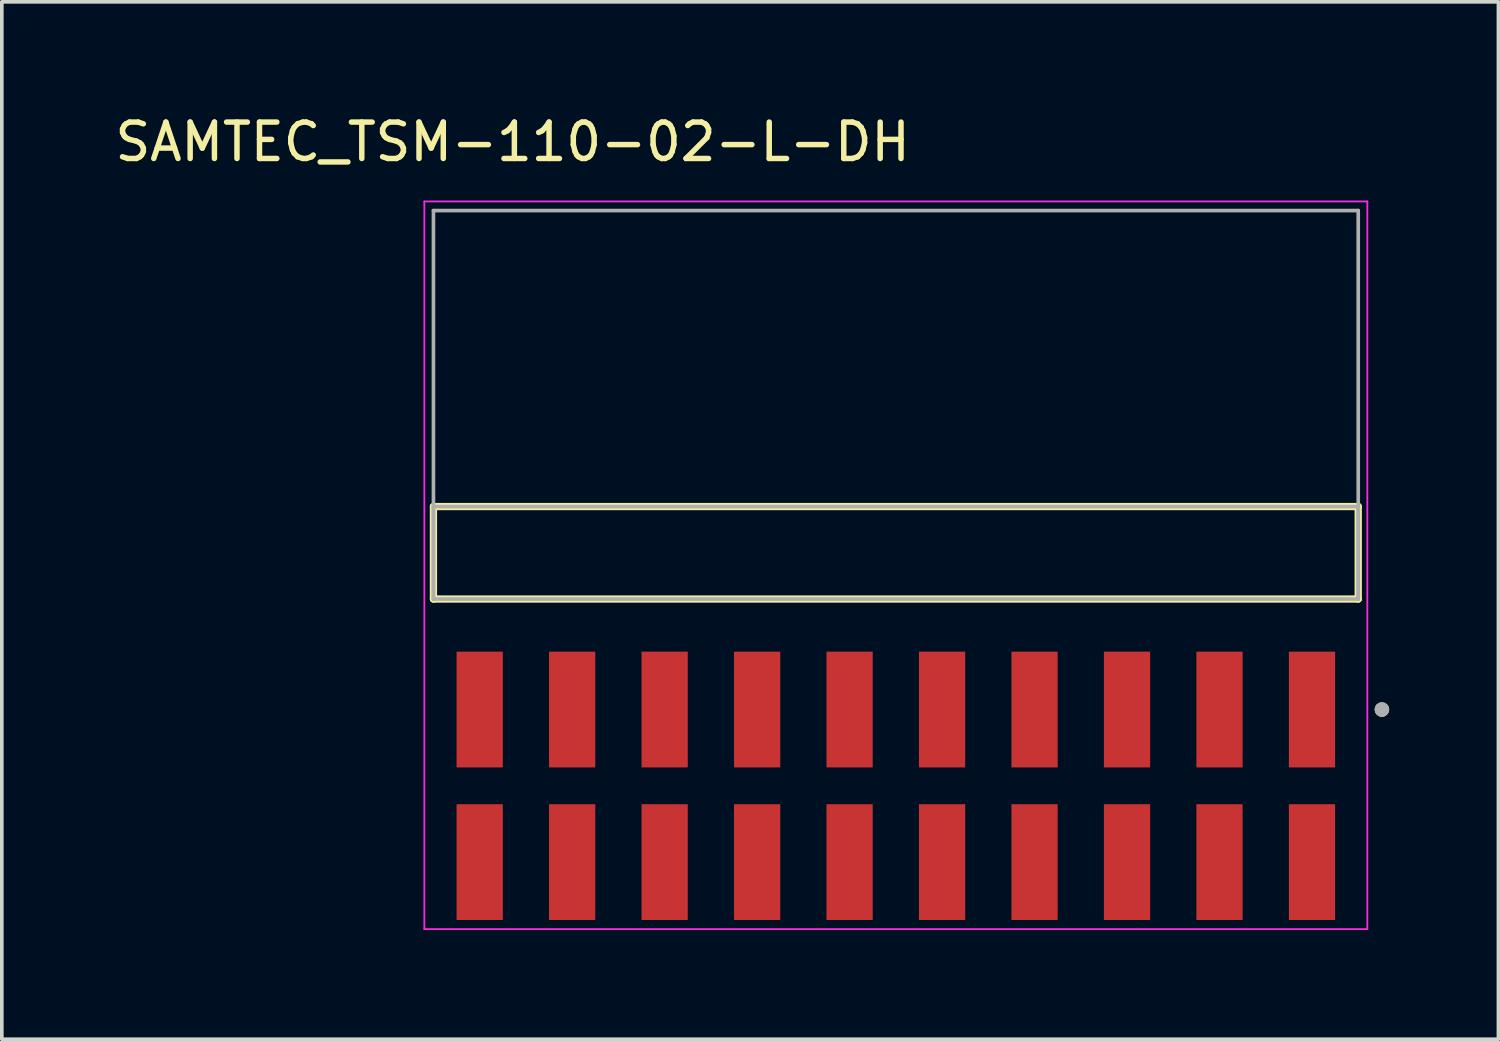
<source format=kicad_pcb>
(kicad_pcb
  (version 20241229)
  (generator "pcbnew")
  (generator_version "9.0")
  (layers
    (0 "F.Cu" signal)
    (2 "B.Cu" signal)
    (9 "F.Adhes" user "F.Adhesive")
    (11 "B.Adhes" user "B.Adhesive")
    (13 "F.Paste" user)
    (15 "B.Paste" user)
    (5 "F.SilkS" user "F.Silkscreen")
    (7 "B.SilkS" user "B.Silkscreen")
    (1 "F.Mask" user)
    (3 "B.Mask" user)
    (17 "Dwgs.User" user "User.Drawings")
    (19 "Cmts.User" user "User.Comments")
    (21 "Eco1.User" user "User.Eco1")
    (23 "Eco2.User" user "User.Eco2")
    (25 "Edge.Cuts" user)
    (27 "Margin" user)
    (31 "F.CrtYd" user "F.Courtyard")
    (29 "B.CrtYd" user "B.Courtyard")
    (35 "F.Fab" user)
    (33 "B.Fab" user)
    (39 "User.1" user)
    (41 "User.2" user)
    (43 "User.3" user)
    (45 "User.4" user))
  (footprint "SAMTEC_TSM-110-02-L-DH"
    (layer "F.Cu")
    (at 21.555 12.133)
    (property "Reference" "SAMTEC_TSM-110-02-L-DH" (at -10.525 -11.285 0) (layer "F.SilkS") (effects (font (size 1 1) (thickness 0.15))))
    (attr smd)
    (fp_line (start -12.7 1.27) (end -12.7 -1.27) (stroke (width 0.2) (type solid)) (layer "F.SilkS"))
    (fp_line (start 12.7 -1.27) (end -12.7 -1.27) (stroke (width 0.2) (type solid)) (layer "F.SilkS"))
    (fp_line (start 12.7 -1.27) (end 12.7 1.27) (stroke (width 0.2) (type solid)) (layer "F.SilkS"))
    (fp_line (start 12.7 1.27) (end -12.7 1.27) (stroke (width 0.2) (type solid)) (layer "F.SilkS"))
    (fp_circle (center 13.35 4.305) (end 13.45 4.305) (stroke (width 0.2) (type solid)) (fill no) (layer "F.SilkS"))
    (fp_line (start -12.95 -9.65) (end 12.95 -9.65) (stroke (width 0.05) (type solid)) (layer "F.CrtYd"))
    (fp_line (start -12.95 10.335) (end -12.95 -9.65) (stroke (width 0.05) (type solid)) (layer "F.CrtYd"))
    (fp_line (start 12.95 -9.65) (end 12.95 10.335) (stroke (width 0.05) (type solid)) (layer "F.CrtYd"))
    (fp_line (start 12.95 10.335) (end -12.95 10.335) (stroke (width 0.05) (type solid)) (layer "F.CrtYd"))
    (fp_line (start -12.7 -9.4) (end 12.7 -9.4) (stroke (width 0.1) (type solid)) (layer "F.Fab"))
    (fp_line (start -12.7 -1.27) (end 12.7 -1.27) (stroke (width 0.1) (type solid)) (layer "F.Fab"))
    (fp_line (start -12.7 1.27) (end -12.7 -9.4) (stroke (width 0.1) (type solid)) (layer "F.Fab"))
    (fp_line (start -12.7 1.27) (end -12.7 -1.27) (stroke (width 0.1) (type solid)) (layer "F.Fab"))
    (fp_line (start 12.7 -9.4) (end 12.7 1.27) (stroke (width 0.1) (type solid)) (layer "F.Fab"))
    (fp_line (start 12.7 -1.27) (end 12.7 1.27) (stroke (width 0.1) (type solid)) (layer "F.Fab"))
    (fp_line (start 12.7 1.27) (end -12.7 1.27) (stroke (width 0.1) (type solid)) (layer "F.Fab"))
    (fp_circle (center 13.35 4.305) (end 13.45 4.305) (stroke (width 0.2) (type solid)) (fill no) (layer "F.Fab"))
    (pad "01" smd rect (at 11.43 4.305) (size 1.27 3.18) (layers "F.Cu" "F.Mask" "F.Paste"))
    (pad "02" smd rect (at 11.43 8.495) (size 1.27 3.18) (layers "F.Cu" "F.Mask" "F.Paste"))
    (pad "03" smd rect (at 8.89 4.305) (size 1.27 3.18) (layers "F.Cu" "F.Mask" "F.Paste"))
    (pad "04" smd rect (at 8.89 8.495) (size 1.27 3.18) (layers "F.Cu" "F.Mask" "F.Paste"))
    (pad "05" smd rect (at 6.35 4.305) (size 1.27 3.18) (layers "F.Cu" "F.Mask" "F.Paste"))
    (pad "06" smd rect (at 6.35 8.495) (size 1.27 3.18) (layers "F.Cu" "F.Mask" "F.Paste"))
    (pad "07" smd rect (at 3.81 4.305) (size 1.27 3.18) (layers "F.Cu" "F.Mask" "F.Paste"))
    (pad "08" smd rect (at 3.81 8.495) (size 1.27 3.18) (layers "F.Cu" "F.Mask" "F.Paste"))
    (pad "09" smd rect (at 1.27 4.305) (size 1.27 3.18) (layers "F.Cu" "F.Mask" "F.Paste"))
    (pad "10" smd rect (at 1.27 8.495) (size 1.27 3.18) (layers "F.Cu" "F.Mask" "F.Paste"))
    (pad "11" smd rect (at -1.27 4.305) (size 1.27 3.18) (layers "F.Cu" "F.Mask" "F.Paste"))
    (pad "12" smd rect (at -1.27 8.495) (size 1.27 3.18) (layers "F.Cu" "F.Mask" "F.Paste"))
    (pad "13" smd rect (at -3.81 4.305) (size 1.27 3.18) (layers "F.Cu" "F.Mask" "F.Paste"))
    (pad "14" smd rect (at -3.81 8.495) (size 1.27 3.18) (layers "F.Cu" "F.Mask" "F.Paste"))
    (pad "15" smd rect (at -6.35 4.305) (size 1.27 3.18) (layers "F.Cu" "F.Mask" "F.Paste"))
    (pad "16" smd rect (at -6.35 8.495) (size 1.27 3.18) (layers "F.Cu" "F.Mask" "F.Paste"))
    (pad "17" smd rect (at -8.89 4.305) (size 1.27 3.18) (layers "F.Cu" "F.Mask" "F.Paste"))
    (pad "18" smd rect (at -8.89 8.495) (size 1.27 3.18) (layers "F.Cu" "F.Mask" "F.Paste"))
    (pad "19" smd rect (at -11.43 4.305) (size 1.27 3.18) (layers "F.Cu" "F.Mask" "F.Paste"))
    (pad "20" smd rect (at -11.43 8.495) (size 1.27 3.18) (layers "F.Cu" "F.Mask" "F.Paste")))
  (gr_rect
    (start -3 -3)
    (end 38.105 25.493)
    (stroke (width 0.1) (type default))
    (fill no)
    (layer "Edge.Cuts")))
</source>
